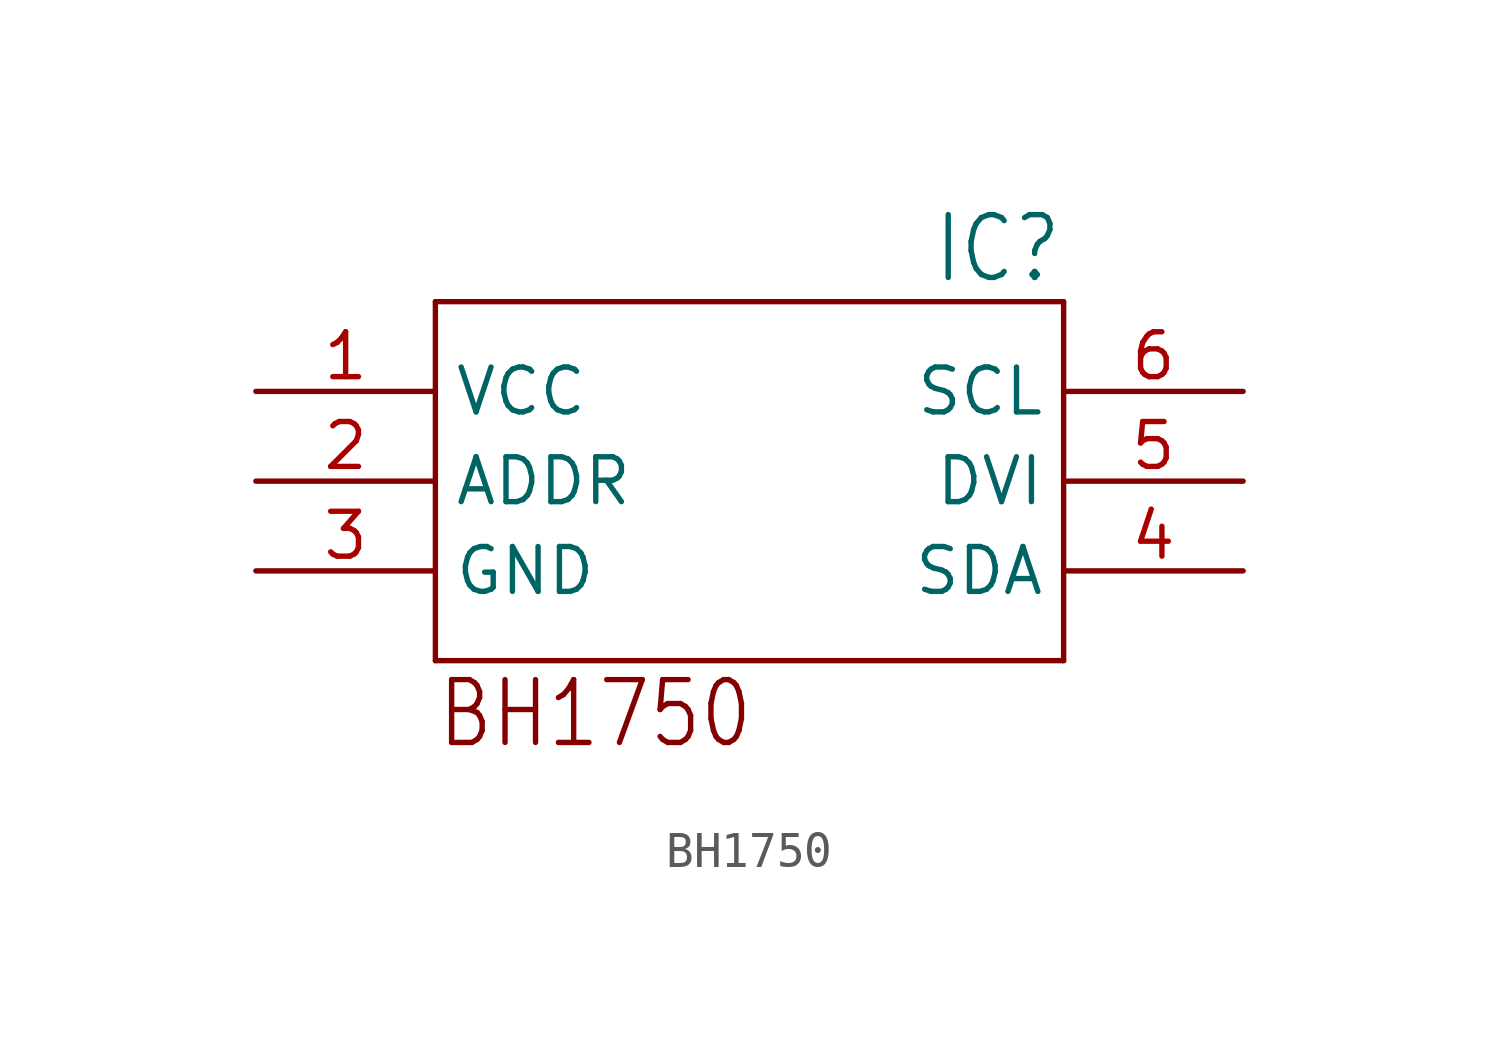
<source format=kicad_sym>
(kicad_symbol_lib
  (version 20211014)
  (generator kicad_symbol_editor)
  (symbol "BH1750"
    (property "Reference" "IC"
      (at 10.16 7.62 0)
      (effects (font (size 1.778 1.511)) (justify right top)))
    (property "ki_locked" ""
      (at 0 0 0)
      (effects (font (size 1.27 1.27))))
    (symbol "BH1750_1_0"
      (polyline (pts (xy -7.62 -5.08) (xy 10.16 -5.08)) (stroke (width 0.152) (type default) (color 0 0 0 0)) (fill (type none)))
      (polyline (pts (xy -7.62 5.08) (xy -7.62 -5.08)) (stroke (width 0.152) (type default) (color 0 0 0 0)) (fill (type none)))
      (polyline (pts (xy 10.16 -5.08) (xy 10.16 5.08)) (stroke (width 0.152) (type default) (color 0 0 0 0)) (fill (type none)))
      (polyline (pts (xy 10.16 5.08) (xy -7.62 5.08)) (stroke (width 0.152) (type default) (color 0 0 0 0)) (fill (type none)))
      (text "BH1750" (at -7.62 -7.62 0) (effects (font (size 1.778 1.511)) (justify left bottom)))
      (pin power_in line (at -12.7 2.54 0) (length 5.08) (name "VCC" (effects (font (size 1.27 1.27)))) (number "1" (effects (font (size 1.27 1.27)))))
      (pin input line (at -12.7 0 0) (length 5.08) (name "ADDR" (effects (font (size 1.27 1.27)))) (number "2" (effects (font (size 1.27 1.27)))))
      (pin power_in line (at -12.7 -2.54 0) (length 5.08) (name "GND" (effects (font (size 1.27 1.27)))) (number "3" (effects (font (size 1.27 1.27)))))
      (pin bidirectional line (at 15.24 -2.54 180) (length 5.08) (name "SDA" (effects (font (size 1.27 1.27)))) (number "4" (effects (font (size 1.27 1.27)))))
      (pin input line (at 15.24 0 180) (length 5.08) (name "DVI" (effects (font (size 1.27 1.27)))) (number "5" (effects (font (size 1.27 1.27)))))
      (pin bidirectional line (at 15.24 2.54 180) (length 5.08) (name "SCL" (effects (font (size 1.27 1.27)))) (number "6" (effects (font (size 1.27 1.27))))))))
</source>
